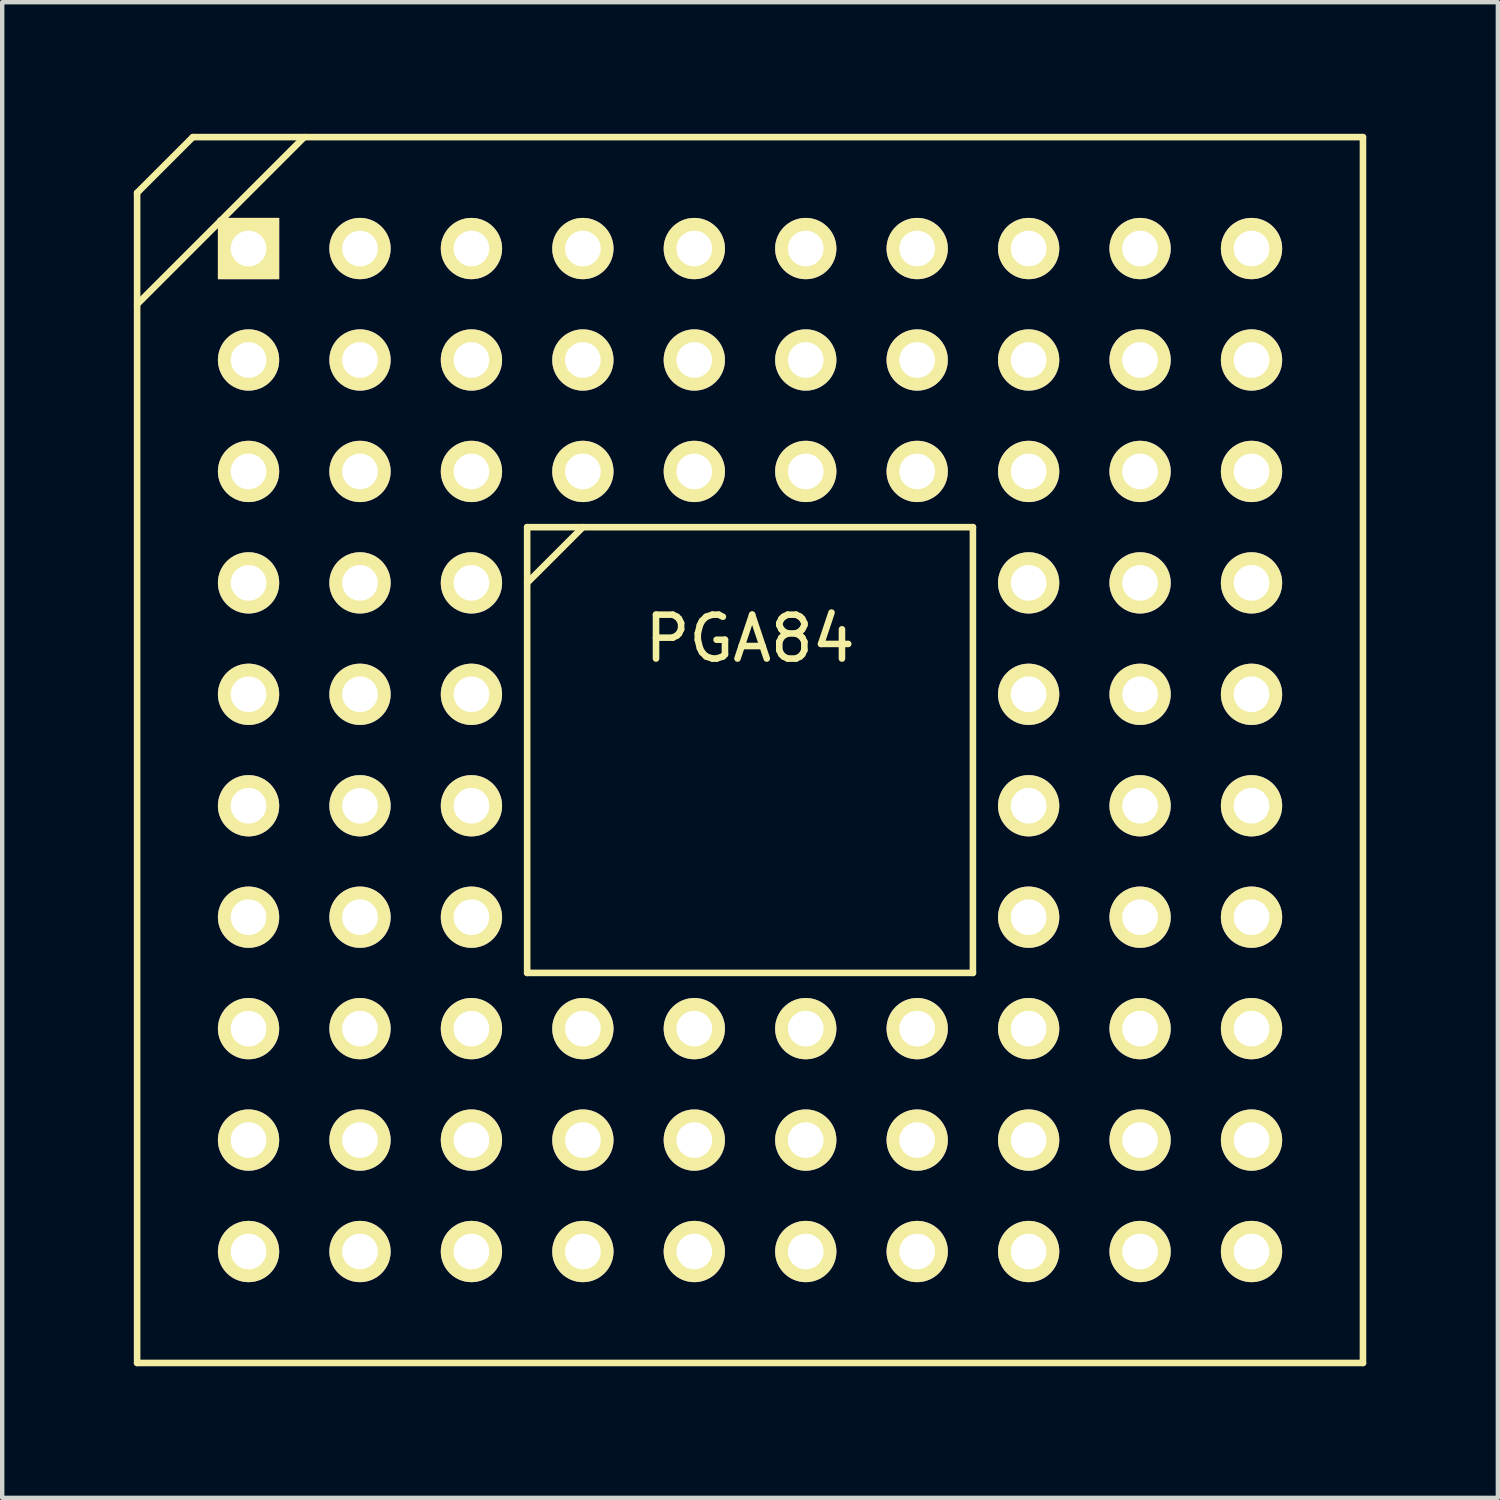
<source format=kicad_pcb>
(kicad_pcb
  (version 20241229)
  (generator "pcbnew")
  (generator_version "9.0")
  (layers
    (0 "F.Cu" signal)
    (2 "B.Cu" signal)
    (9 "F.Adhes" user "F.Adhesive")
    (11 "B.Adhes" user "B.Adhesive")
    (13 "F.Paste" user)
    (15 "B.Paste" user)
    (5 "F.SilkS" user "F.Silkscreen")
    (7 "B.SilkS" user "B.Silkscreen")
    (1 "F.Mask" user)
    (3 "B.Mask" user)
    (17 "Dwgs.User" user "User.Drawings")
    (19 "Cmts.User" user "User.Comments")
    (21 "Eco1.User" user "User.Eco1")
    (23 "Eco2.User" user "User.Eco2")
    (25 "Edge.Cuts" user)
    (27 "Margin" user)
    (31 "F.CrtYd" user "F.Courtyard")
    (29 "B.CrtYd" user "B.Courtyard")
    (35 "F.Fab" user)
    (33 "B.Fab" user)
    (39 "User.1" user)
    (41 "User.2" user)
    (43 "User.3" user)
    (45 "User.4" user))
  (footprint "PGA84"
    (layer "F.Cu")
    (at 14.045 14.045)
    (property "Reference" "PGA84" (at 0 -2.54 0) (layer "F.SilkS") (effects (font (size 1 1) (thickness 0.15))))
    (attr through_hole)
    (fp_line (start -13.97 -12.7) (end -12.7 -13.97) (stroke (width 0.15) (type solid)) (layer "F.SilkS"))
    (fp_line (start -13.97 -10.16) (end -10.16 -13.97) (stroke (width 0.15) (type solid)) (layer "F.SilkS"))
    (fp_line (start -13.97 13.97) (end -13.97 -12.7) (stroke (width 0.15) (type solid)) (layer "F.SilkS"))
    (fp_line (start -12.7 -13.97) (end 13.97 -13.97) (stroke (width 0.15) (type solid)) (layer "F.SilkS"))
    (fp_line (start -5.08 -5.08) (end 5.08 -5.08) (stroke (width 0.15) (type solid)) (layer "F.SilkS"))
    (fp_line (start -5.08 -3.81) (end -3.81 -5.08) (stroke (width 0.15) (type solid)) (layer "F.SilkS"))
    (fp_line (start -5.08 5.08) (end -5.08 -5.08) (stroke (width 0.15) (type solid)) (layer "F.SilkS"))
    (fp_line (start 5.08 -5.08) (end 5.08 5.08) (stroke (width 0.15) (type solid)) (layer "F.SilkS"))
    (fp_line (start 5.08 5.08) (end -5.08 5.08) (stroke (width 0.15) (type solid)) (layer "F.SilkS"))
    (fp_line (start 13.97 -13.97) (end 13.97 13.97) (stroke (width 0.15) (type solid)) (layer "F.SilkS"))
    (fp_line (start 13.97 13.97) (end -13.97 13.97) (stroke (width 0.15) (type solid)) (layer "F.SilkS"))
    (pad "A1" thru_hole rect (at -11.43 -11.43) (size 1.397 1.397) (drill 0.813) (layers "*.Cu" "*.Mask" "F.SilkS"))
    (pad "A2" thru_hole circle (at -8.89 -11.43) (size 1.397 1.397) (drill 0.813) (layers "*.Cu" "*.Mask" "F.SilkS"))
    (pad "A3" thru_hole circle (at -6.35 -11.43) (size 1.397 1.397) (drill 0.813) (layers "*.Cu" "*.Mask" "F.SilkS"))
    (pad "A4" thru_hole circle (at -3.81 -11.43) (size 1.397 1.397) (drill 0.813) (layers "*.Cu" "*.Mask" "F.SilkS"))
    (pad "A5" thru_hole circle (at -1.27 -11.43) (size 1.397 1.397) (drill 0.813) (layers "*.Cu" "*.Mask" "F.SilkS"))
    (pad "A6" thru_hole circle (at 1.27 -11.43) (size 1.397 1.397) (drill 0.813) (layers "*.Cu" "*.Mask" "F.SilkS"))
    (pad "A7" thru_hole circle (at 3.81 -11.43) (size 1.397 1.397) (drill 0.813) (layers "*.Cu" "*.Mask" "F.SilkS"))
    (pad "A8" thru_hole circle (at 6.35 -11.43) (size 1.397 1.397) (drill 0.813) (layers "*.Cu" "*.Mask" "F.SilkS"))
    (pad "A9" thru_hole circle (at 8.89 -11.43) (size 1.397 1.397) (drill 0.813) (layers "*.Cu" "*.Mask" "F.SilkS"))
    (pad "A10" thru_hole circle (at 11.43 -11.43) (size 1.397 1.397) (drill 0.813) (layers "*.Cu" "*.Mask" "F.SilkS"))
    (pad "B1" thru_hole circle (at -11.43 -8.89) (size 1.397 1.397) (drill 0.813) (layers "*.Cu" "*.Mask" "F.SilkS"))
    (pad "B2" thru_hole circle (at -8.89 -8.89) (size 1.397 1.397) (drill 0.813) (layers "*.Cu" "*.Mask" "F.SilkS"))
    (pad "B3" thru_hole circle (at -6.35 -8.89) (size 1.397 1.397) (drill 0.813) (layers "*.Cu" "*.Mask" "F.SilkS"))
    (pad "B4" thru_hole circle (at -3.81 -8.89) (size 1.397 1.397) (drill 0.813) (layers "*.Cu" "*.Mask" "F.SilkS"))
    (pad "B5" thru_hole circle (at -1.27 -8.89) (size 1.397 1.397) (drill 0.813) (layers "*.Cu" "*.Mask" "F.SilkS"))
    (pad "B6" thru_hole circle (at 1.27 -8.89) (size 1.397 1.397) (drill 0.813) (layers "*.Cu" "*.Mask" "F.SilkS"))
    (pad "B7" thru_hole circle (at 3.81 -8.89) (size 1.397 1.397) (drill 0.813) (layers "*.Cu" "*.Mask" "F.SilkS"))
    (pad "B8" thru_hole circle (at 6.35 -8.89) (size 1.397 1.397) (drill 0.813) (layers "*.Cu" "*.Mask" "F.SilkS"))
    (pad "B9" thru_hole circle (at 8.89 -8.89) (size 1.397 1.397) (drill 0.813) (layers "*.Cu" "*.Mask" "F.SilkS"))
    (pad "B10" thru_hole circle (at 11.43 -8.89) (size 1.397 1.397) (drill 0.813) (layers "*.Cu" "*.Mask" "F.SilkS"))
    (pad "C1" thru_hole circle (at -11.43 -6.35) (size 1.397 1.397) (drill 0.813) (layers "*.Cu" "*.Mask" "F.SilkS"))
    (pad "C2" thru_hole circle (at -8.89 -6.35) (size 1.397 1.397) (drill 0.813) (layers "*.Cu" "*.Mask" "F.SilkS"))
    (pad "C3" thru_hole circle (at -6.35 -6.35) (size 1.397 1.397) (drill 0.813) (layers "*.Cu" "*.Mask" "F.SilkS"))
    (pad "C4" thru_hole circle (at -3.81 -6.35) (size 1.397 1.397) (drill 0.813) (layers "*.Cu" "*.Mask" "F.SilkS"))
    (pad "C5" thru_hole circle (at -1.27 -6.35) (size 1.397 1.397) (drill 0.813) (layers "*.Cu" "*.Mask" "F.SilkS"))
    (pad "C6" thru_hole circle (at 1.27 -6.35) (size 1.397 1.397) (drill 0.813) (layers "*.Cu" "*.Mask" "F.SilkS"))
    (pad "C7" thru_hole circle (at 3.81 -6.35) (size 1.397 1.397) (drill 0.813) (layers "*.Cu" "*.Mask" "F.SilkS"))
    (pad "C8" thru_hole circle (at 6.35 -6.35) (size 1.397 1.397) (drill 0.813) (layers "*.Cu" "*.Mask" "F.SilkS"))
    (pad "C9" thru_hole circle (at 8.89 -6.35) (size 1.397 1.397) (drill 0.813) (layers "*.Cu" "*.Mask" "F.SilkS"))
    (pad "C10" thru_hole circle (at 11.43 -6.35) (size 1.397 1.397) (drill 0.813) (layers "*.Cu" "*.Mask" "F.SilkS"))
    (pad "D1" thru_hole circle (at -11.43 -3.81) (size 1.397 1.397) (drill 0.813) (layers "*.Cu" "*.Mask" "F.SilkS"))
    (pad "D2" thru_hole circle (at -8.89 -3.81) (size 1.397 1.397) (drill 0.813) (layers "*.Cu" "*.Mask" "F.SilkS"))
    (pad "D3" thru_hole circle (at -6.35 -3.81) (size 1.397 1.397) (drill 0.813) (layers "*.Cu" "*.Mask" "F.SilkS"))
    (pad "D8" thru_hole circle (at 6.35 -3.81) (size 1.397 1.397) (drill 0.813) (layers "*.Cu" "*.Mask" "F.SilkS"))
    (pad "D9" thru_hole circle (at 8.89 -3.81) (size 1.397 1.397) (drill 0.813) (layers "*.Cu" "*.Mask" "F.SilkS"))
    (pad "D10" thru_hole circle (at 11.43 -3.81) (size 1.397 1.397) (drill 0.813) (layers "*.Cu" "*.Mask" "F.SilkS"))
    (pad "E1" thru_hole circle (at -11.43 -1.27) (size 1.397 1.397) (drill 0.813) (layers "*.Cu" "*.Mask" "F.SilkS"))
    (pad "E2" thru_hole circle (at -8.89 -1.27) (size 1.397 1.397) (drill 0.813) (layers "*.Cu" "*.Mask" "F.SilkS"))
    (pad "E3" thru_hole circle (at -6.35 -1.27) (size 1.397 1.397) (drill 0.813) (layers "*.Cu" "*.Mask" "F.SilkS"))
    (pad "E8" thru_hole circle (at 6.35 -1.27) (size 1.397 1.397) (drill 0.813) (layers "*.Cu" "*.Mask" "F.SilkS"))
    (pad "E9" thru_hole circle (at 8.89 -1.27) (size 1.397 1.397) (drill 0.813) (layers "*.Cu" "*.Mask" "F.SilkS"))
    (pad "E10" thru_hole circle (at 11.43 -1.27) (size 1.397 1.397) (drill 0.813) (layers "*.Cu" "*.Mask" "F.SilkS"))
    (pad "F1" thru_hole circle (at -11.43 1.27) (size 1.397 1.397) (drill 0.813) (layers "*.Cu" "*.Mask" "F.SilkS"))
    (pad "F2" thru_hole circle (at -8.89 1.27) (size 1.397 1.397) (drill 0.813) (layers "*.Cu" "*.Mask" "F.SilkS"))
    (pad "F3" thru_hole circle (at -6.35 1.27) (size 1.397 1.397) (drill 0.813) (layers "*.Cu" "*.Mask" "F.SilkS"))
    (pad "F8" thru_hole circle (at 6.35 1.27) (size 1.397 1.397) (drill 0.813) (layers "*.Cu" "*.Mask" "F.SilkS"))
    (pad "F9" thru_hole circle (at 8.89 1.27) (size 1.397 1.397) (drill 0.813) (layers "*.Cu" "*.Mask" "F.SilkS"))
    (pad "F10" thru_hole circle (at 11.43 1.27) (size 1.397 1.397) (drill 0.813) (layers "*.Cu" "*.Mask" "F.SilkS"))
    (pad "G1" thru_hole circle (at -11.43 3.81) (size 1.397 1.397) (drill 0.813) (layers "*.Cu" "*.Mask" "F.SilkS"))
    (pad "G2" thru_hole circle (at -8.89 3.81) (size 1.397 1.397) (drill 0.813) (layers "*.Cu" "*.Mask" "F.SilkS"))
    (pad "G3" thru_hole circle (at -6.35 3.81) (size 1.397 1.397) (drill 0.813) (layers "*.Cu" "*.Mask" "F.SilkS"))
    (pad "G8" thru_hole circle (at 6.35 3.81) (size 1.397 1.397) (drill 0.813) (layers "*.Cu" "*.Mask" "F.SilkS"))
    (pad "G9" thru_hole circle (at 8.89 3.81) (size 1.397 1.397) (drill 0.813) (layers "*.Cu" "*.Mask" "F.SilkS"))
    (pad "G10" thru_hole circle (at 11.43 3.81) (size 1.397 1.397) (drill 0.813) (layers "*.Cu" "*.Mask" "F.SilkS"))
    (pad "H1" thru_hole circle (at -11.43 6.35) (size 1.397 1.397) (drill 0.813) (layers "*.Cu" "*.Mask" "F.SilkS"))
    (pad "H2" thru_hole circle (at -8.89 6.35) (size 1.397 1.397) (drill 0.813) (layers "*.Cu" "*.Mask" "F.SilkS"))
    (pad "H3" thru_hole circle (at -6.35 6.35) (size 1.397 1.397) (drill 0.813) (layers "*.Cu" "*.Mask" "F.SilkS"))
    (pad "H4" thru_hole circle (at -3.81 6.35) (size 1.397 1.397) (drill 0.813) (layers "*.Cu" "*.Mask" "F.SilkS"))
    (pad "H5" thru_hole circle (at -1.27 6.35) (size 1.397 1.397) (drill 0.813) (layers "*.Cu" "*.Mask" "F.SilkS"))
    (pad "H6" thru_hole circle (at 1.27 6.35) (size 1.397 1.397) (drill 0.813) (layers "*.Cu" "*.Mask" "F.SilkS"))
    (pad "H7" thru_hole circle (at 3.81 6.35) (size 1.397 1.397) (drill 0.813) (layers "*.Cu" "*.Mask" "F.SilkS"))
    (pad "H8" thru_hole circle (at 6.35 6.35) (size 1.397 1.397) (drill 0.813) (layers "*.Cu" "*.Mask" "F.SilkS"))
    (pad "H9" thru_hole circle (at 8.89 6.35) (size 1.397 1.397) (drill 0.813) (layers "*.Cu" "*.Mask" "F.SilkS"))
    (pad "H10" thru_hole circle (at 11.43 6.35) (size 1.397 1.397) (drill 0.813) (layers "*.Cu" "*.Mask" "F.SilkS"))
    (pad "J1" thru_hole circle (at -11.43 8.89) (size 1.397 1.397) (drill 0.813) (layers "*.Cu" "*.Mask" "F.SilkS"))
    (pad "J2" thru_hole circle (at -8.89 8.89) (size 1.397 1.397) (drill 0.813) (layers "*.Cu" "*.Mask" "F.SilkS"))
    (pad "J3" thru_hole circle (at -6.35 8.89) (size 1.397 1.397) (drill 0.813) (layers "*.Cu" "*.Mask" "F.SilkS"))
    (pad "J4" thru_hole circle (at -3.81 8.89) (size 1.397 1.397) (drill 0.813) (layers "*.Cu" "*.Mask" "F.SilkS"))
    (pad "J5" thru_hole circle (at -1.27 8.89) (size 1.397 1.397) (drill 0.813) (layers "*.Cu" "*.Mask" "F.SilkS"))
    (pad "J6" thru_hole circle (at 1.27 8.89) (size 1.397 1.397) (drill 0.813) (layers "*.Cu" "*.Mask" "F.SilkS"))
    (pad "J7" thru_hole circle (at 3.81 8.89) (size 1.397 1.397) (drill 0.813) (layers "*.Cu" "*.Mask" "F.SilkS"))
    (pad "J8" thru_hole circle (at 6.35 8.89) (size 1.397 1.397) (drill 0.813) (layers "*.Cu" "*.Mask" "F.SilkS"))
    (pad "J9" thru_hole circle (at 8.89 8.89) (size 1.397 1.397) (drill 0.813) (layers "*.Cu" "*.Mask" "F.SilkS"))
    (pad "J10" thru_hole circle (at 11.43 8.89) (size 1.397 1.397) (drill 0.813) (layers "*.Cu" "*.Mask" "F.SilkS"))
    (pad "K1" thru_hole circle (at -11.43 11.43) (size 1.397 1.397) (drill 0.813) (layers "*.Cu" "*.Mask" "F.SilkS"))
    (pad "K2" thru_hole circle (at -8.89 11.43) (size 1.397 1.397) (drill 0.813) (layers "*.Cu" "*.Mask" "F.SilkS"))
    (pad "K3" thru_hole circle (at -6.35 11.43) (size 1.397 1.397) (drill 0.813) (layers "*.Cu" "*.Mask" "F.SilkS"))
    (pad "K4" thru_hole circle (at -3.81 11.43) (size 1.397 1.397) (drill 0.813) (layers "*.Cu" "*.Mask" "F.SilkS"))
    (pad "K5" thru_hole circle (at -1.27 11.43) (size 1.397 1.397) (drill 0.813) (layers "*.Cu" "*.Mask" "F.SilkS"))
    (pad "K6" thru_hole circle (at 1.27 11.43) (size 1.397 1.397) (drill 0.813) (layers "*.Cu" "*.Mask" "F.SilkS"))
    (pad "K7" thru_hole circle (at 3.81 11.43) (size 1.397 1.397) (drill 0.813) (layers "*.Cu" "*.Mask" "F.SilkS"))
    (pad "K8" thru_hole circle (at 6.35 11.43) (size 1.397 1.397) (drill 0.813) (layers "*.Cu" "*.Mask" "F.SilkS"))
    (pad "K9" thru_hole circle (at 8.89 11.43) (size 1.397 1.397) (drill 0.813) (layers "*.Cu" "*.Mask" "F.SilkS"))
    (pad "K10" thru_hole circle (at 11.43 11.43) (size 1.397 1.397) (drill 0.813) (layers "*.Cu" "*.Mask" "F.SilkS")))
  (gr_rect
    (start -3 -3)
    (end 31.09 31.09)
    (stroke (width 0.1) (type default))
    (fill no)
    (layer "Edge.Cuts")))
</source>
